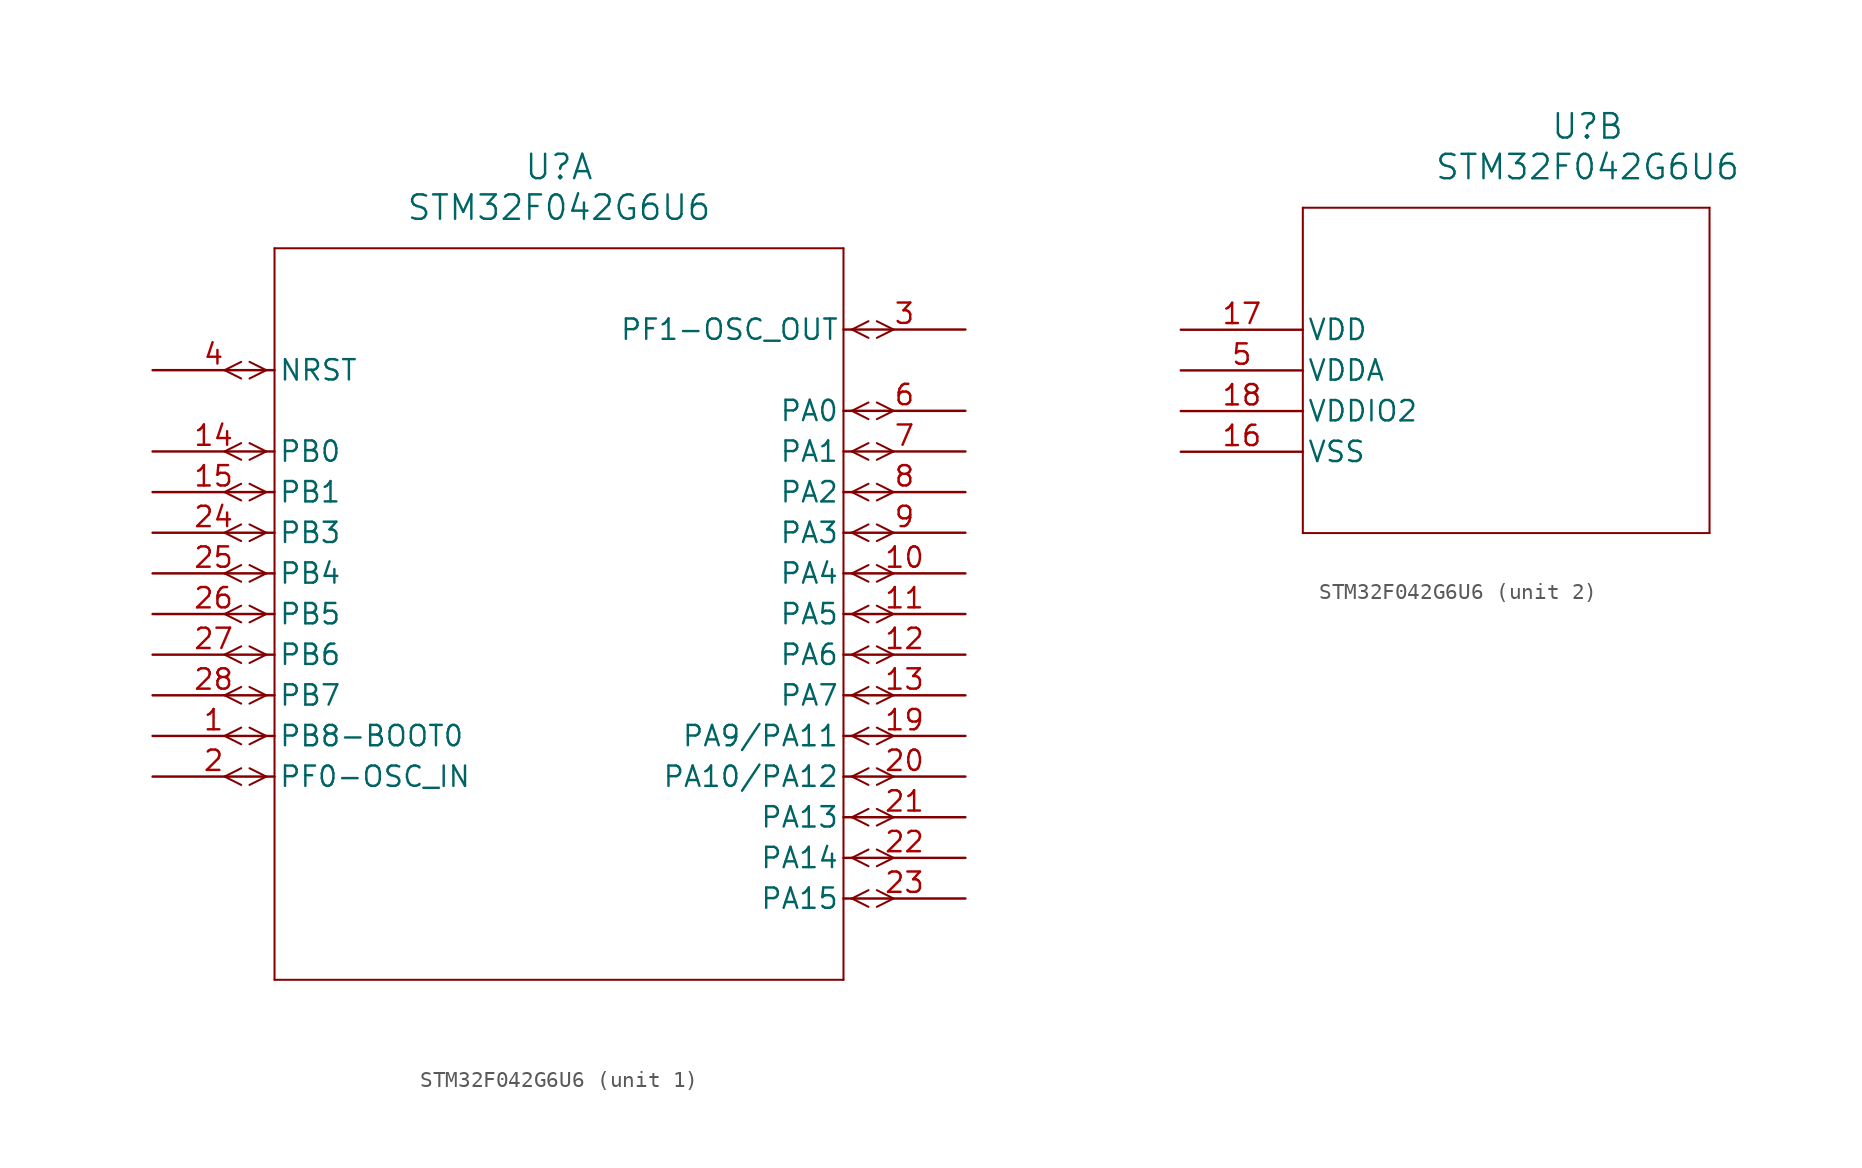
<source format=kicad_sym>
(kicad_symbol_lib
  (version 20211014)
  (generator kicad_symbol_editor)
  (symbol "STM32F042G6U6"
    (pin_names
      (offset 0.254))
    (property "Reference" "U"
      (at 25.4 12.7 0)
      (effects (font (size 1.524 1.524))))
    (property "Value" "STM32F042G6U6"
      (at 25.4 10.16 0)
      (effects (font (size 1.524 1.524))))
    (symbol "STM32F042G6U6_1_1"
      (polyline (pts (xy 7.099 0) (xy 6.058 0.521)) (stroke (width 0.127) (type default) (color 0 0 0 0)) (fill (type none)))
      (polyline (pts (xy 7.099 0) (xy 6.058 -0.521)) (stroke (width 0.127) (type default) (color 0 0 0 0)) (fill (type none)))
      (polyline (pts (xy 5.537 0.521) (xy 4.496 0)) (stroke (width 0.127) (type default) (color 0 0 0 0)) (fill (type none)))
      (polyline (pts (xy 5.537 -0.521) (xy 4.496 0)) (stroke (width 0.127) (type default) (color 0 0 0 0)) (fill (type none)))
      (polyline (pts (xy 7.099 -5.08) (xy 6.058 -4.559)) (stroke (width 0.127) (type default) (color 0 0 0 0)) (fill (type none)))
      (polyline (pts (xy 7.099 -5.08) (xy 6.058 -5.601)) (stroke (width 0.127) (type default) (color 0 0 0 0)) (fill (type none)))
      (polyline (pts (xy 5.537 -4.559) (xy 4.496 -5.08)) (stroke (width 0.127) (type default) (color 0 0 0 0)) (fill (type none)))
      (polyline (pts (xy 5.537 -5.601) (xy 4.496 -5.08)) (stroke (width 0.127) (type default) (color 0 0 0 0)) (fill (type none)))
      (polyline (pts (xy 7.099 -7.62) (xy 6.058 -7.099)) (stroke (width 0.127) (type default) (color 0 0 0 0)) (fill (type none)))
      (polyline (pts (xy 7.099 -7.62) (xy 6.058 -8.141)) (stroke (width 0.127) (type default) (color 0 0 0 0)) (fill (type none)))
      (polyline (pts (xy 5.537 -7.099) (xy 4.496 -7.62)) (stroke (width 0.127) (type default) (color 0 0 0 0)) (fill (type none)))
      (polyline (pts (xy 5.537 -8.141) (xy 4.496 -7.62)) (stroke (width 0.127) (type default) (color 0 0 0 0)) (fill (type none)))
      (polyline (pts (xy 7.099 -10.16) (xy 6.058 -9.639)) (stroke (width 0.127) (type default) (color 0 0 0 0)) (fill (type none)))
      (polyline (pts (xy 7.099 -10.16) (xy 6.058 -10.681)) (stroke (width 0.127) (type default) (color 0 0 0 0)) (fill (type none)))
      (polyline (pts (xy 5.537 -9.639) (xy 4.496 -10.16)) (stroke (width 0.127) (type default) (color 0 0 0 0)) (fill (type none)))
      (polyline (pts (xy 5.537 -10.681) (xy 4.496 -10.16)) (stroke (width 0.127) (type default) (color 0 0 0 0)) (fill (type none)))
      (polyline (pts (xy 7.099 -12.7) (xy 6.058 -12.179)) (stroke (width 0.127) (type default) (color 0 0 0 0)) (fill (type none)))
      (polyline (pts (xy 7.099 -12.7) (xy 6.058 -13.221)) (stroke (width 0.127) (type default) (color 0 0 0 0)) (fill (type none)))
      (polyline (pts (xy 5.537 -12.179) (xy 4.496 -12.7)) (stroke (width 0.127) (type default) (color 0 0 0 0)) (fill (type none)))
      (polyline (pts (xy 5.537 -13.221) (xy 4.496 -12.7)) (stroke (width 0.127) (type default) (color 0 0 0 0)) (fill (type none)))
      (polyline (pts (xy 7.099 -15.24) (xy 6.058 -14.719)) (stroke (width 0.127) (type default) (color 0 0 0 0)) (fill (type none)))
      (polyline (pts (xy 7.099 -15.24) (xy 6.058 -15.761)) (stroke (width 0.127) (type default) (color 0 0 0 0)) (fill (type none)))
      (polyline (pts (xy 5.537 -14.719) (xy 4.496 -15.24)) (stroke (width 0.127) (type default) (color 0 0 0 0)) (fill (type none)))
      (polyline (pts (xy 5.537 -15.761) (xy 4.496 -15.24)) (stroke (width 0.127) (type default) (color 0 0 0 0)) (fill (type none)))
      (polyline (pts (xy 7.099 -17.78) (xy 6.058 -17.259)) (stroke (width 0.127) (type default) (color 0 0 0 0)) (fill (type none)))
      (polyline (pts (xy 7.099 -17.78) (xy 6.058 -18.301)) (stroke (width 0.127) (type default) (color 0 0 0 0)) (fill (type none)))
      (polyline (pts (xy 5.537 -17.259) (xy 4.496 -17.78)) (stroke (width 0.127) (type default) (color 0 0 0 0)) (fill (type none)))
      (polyline (pts (xy 5.537 -18.301) (xy 4.496 -17.78)) (stroke (width 0.127) (type default) (color 0 0 0 0)) (fill (type none)))
      (polyline (pts (xy 7.099 -20.32) (xy 6.058 -19.799)) (stroke (width 0.127) (type default) (color 0 0 0 0)) (fill (type none)))
      (polyline (pts (xy 7.099 -20.32) (xy 6.058 -20.841)) (stroke (width 0.127) (type default) (color 0 0 0 0)) (fill (type none)))
      (polyline (pts (xy 5.537 -19.799) (xy 4.496 -20.32)) (stroke (width 0.127) (type default) (color 0 0 0 0)) (fill (type none)))
      (polyline (pts (xy 5.537 -20.841) (xy 4.496 -20.32)) (stroke (width 0.127) (type default) (color 0 0 0 0)) (fill (type none)))
      (polyline (pts (xy 7.099 -22.86) (xy 6.058 -22.339)) (stroke (width 0.127) (type default) (color 0 0 0 0)) (fill (type none)))
      (polyline (pts (xy 7.099 -22.86) (xy 6.058 -23.381)) (stroke (width 0.127) (type default) (color 0 0 0 0)) (fill (type none)))
      (polyline (pts (xy 5.537 -22.339) (xy 4.496 -22.86)) (stroke (width 0.127) (type default) (color 0 0 0 0)) (fill (type none)))
      (polyline (pts (xy 5.537 -23.381) (xy 4.496 -22.86)) (stroke (width 0.127) (type default) (color 0 0 0 0)) (fill (type none)))
      (polyline (pts (xy 7.099 -25.4) (xy 6.058 -24.879)) (stroke (width 0.127) (type default) (color 0 0 0 0)) (fill (type none)))
      (polyline (pts (xy 7.099 -25.4) (xy 6.058 -25.921)) (stroke (width 0.127) (type default) (color 0 0 0 0)) (fill (type none)))
      (polyline (pts (xy 5.537 -24.879) (xy 4.496 -25.4)) (stroke (width 0.127) (type default) (color 0 0 0 0)) (fill (type none)))
      (polyline (pts (xy 5.537 -25.921) (xy 4.496 -25.4)) (stroke (width 0.127) (type default) (color 0 0 0 0)) (fill (type none)))
      (polyline (pts (xy 43.701 2.54) (xy 44.742 3.061)) (stroke (width 0.127) (type default) (color 0 0 0 0)) (fill (type none)))
      (polyline (pts (xy 43.701 2.54) (xy 44.742 2.019)) (stroke (width 0.127) (type default) (color 0 0 0 0)) (fill (type none)))
      (polyline (pts (xy 45.263 3.061) (xy 46.304 2.54)) (stroke (width 0.127) (type default) (color 0 0 0 0)) (fill (type none)))
      (polyline (pts (xy 45.263 2.019) (xy 46.304 2.54)) (stroke (width 0.127) (type default) (color 0 0 0 0)) (fill (type none)))
      (polyline (pts (xy 43.701 -2.54) (xy 44.742 -2.019)) (stroke (width 0.127) (type default) (color 0 0 0 0)) (fill (type none)))
      (polyline (pts (xy 43.701 -2.54) (xy 44.742 -3.061)) (stroke (width 0.127) (type default) (color 0 0 0 0)) (fill (type none)))
      (polyline (pts (xy 45.263 -2.019) (xy 46.304 -2.54)) (stroke (width 0.127) (type default) (color 0 0 0 0)) (fill (type none)))
      (polyline (pts (xy 45.263 -3.061) (xy 46.304 -2.54)) (stroke (width 0.127) (type default) (color 0 0 0 0)) (fill (type none)))
      (polyline (pts (xy 43.701 -5.08) (xy 44.742 -4.559)) (stroke (width 0.127) (type default) (color 0 0 0 0)) (fill (type none)))
      (polyline (pts (xy 43.701 -5.08) (xy 44.742 -5.601)) (stroke (width 0.127) (type default) (color 0 0 0 0)) (fill (type none)))
      (polyline (pts (xy 45.263 -4.559) (xy 46.304 -5.08)) (stroke (width 0.127) (type default) (color 0 0 0 0)) (fill (type none)))
      (polyline (pts (xy 45.263 -5.601) (xy 46.304 -5.08)) (stroke (width 0.127) (type default) (color 0 0 0 0)) (fill (type none)))
      (polyline (pts (xy 43.701 -7.62) (xy 44.742 -7.099)) (stroke (width 0.127) (type default) (color 0 0 0 0)) (fill (type none)))
      (polyline (pts (xy 43.701 -7.62) (xy 44.742 -8.141)) (stroke (width 0.127) (type default) (color 0 0 0 0)) (fill (type none)))
      (polyline (pts (xy 45.263 -7.099) (xy 46.304 -7.62)) (stroke (width 0.127) (type default) (color 0 0 0 0)) (fill (type none)))
      (polyline (pts (xy 45.263 -8.141) (xy 46.304 -7.62)) (stroke (width 0.127) (type default) (color 0 0 0 0)) (fill (type none)))
      (polyline (pts (xy 43.701 -10.16) (xy 44.742 -9.639)) (stroke (width 0.127) (type default) (color 0 0 0 0)) (fill (type none)))
      (polyline (pts (xy 43.701 -10.16) (xy 44.742 -10.681)) (stroke (width 0.127) (type default) (color 0 0 0 0)) (fill (type none)))
      (polyline (pts (xy 45.263 -9.639) (xy 46.304 -10.16)) (stroke (width 0.127) (type default) (color 0 0 0 0)) (fill (type none)))
      (polyline (pts (xy 45.263 -10.681) (xy 46.304 -10.16)) (stroke (width 0.127) (type default) (color 0 0 0 0)) (fill (type none)))
      (polyline (pts (xy 43.701 -12.7) (xy 44.742 -12.179)) (stroke (width 0.127) (type default) (color 0 0 0 0)) (fill (type none)))
      (polyline (pts (xy 43.701 -12.7) (xy 44.742 -13.221)) (stroke (width 0.127) (type default) (color 0 0 0 0)) (fill (type none)))
      (polyline (pts (xy 45.263 -12.179) (xy 46.304 -12.7)) (stroke (width 0.127) (type default) (color 0 0 0 0)) (fill (type none)))
      (polyline (pts (xy 45.263 -13.221) (xy 46.304 -12.7)) (stroke (width 0.127) (type default) (color 0 0 0 0)) (fill (type none)))
      (polyline (pts (xy 43.701 -15.24) (xy 44.742 -14.719)) (stroke (width 0.127) (type default) (color 0 0 0 0)) (fill (type none)))
      (polyline (pts (xy 43.701 -15.24) (xy 44.742 -15.761)) (stroke (width 0.127) (type default) (color 0 0 0 0)) (fill (type none)))
      (polyline (pts (xy 45.263 -14.719) (xy 46.304 -15.24)) (stroke (width 0.127) (type default) (color 0 0 0 0)) (fill (type none)))
      (polyline (pts (xy 45.263 -15.761) (xy 46.304 -15.24)) (stroke (width 0.127) (type default) (color 0 0 0 0)) (fill (type none)))
      (polyline (pts (xy 43.701 -17.78) (xy 44.742 -17.259)) (stroke (width 0.127) (type default) (color 0 0 0 0)) (fill (type none)))
      (polyline (pts (xy 43.701 -17.78) (xy 44.742 -18.301)) (stroke (width 0.127) (type default) (color 0 0 0 0)) (fill (type none)))
      (polyline (pts (xy 45.263 -17.259) (xy 46.304 -17.78)) (stroke (width 0.127) (type default) (color 0 0 0 0)) (fill (type none)))
      (polyline (pts (xy 45.263 -18.301) (xy 46.304 -17.78)) (stroke (width 0.127) (type default) (color 0 0 0 0)) (fill (type none)))
      (polyline (pts (xy 43.701 -20.32) (xy 44.742 -19.799)) (stroke (width 0.127) (type default) (color 0 0 0 0)) (fill (type none)))
      (polyline (pts (xy 43.701 -20.32) (xy 44.742 -20.841)) (stroke (width 0.127) (type default) (color 0 0 0 0)) (fill (type none)))
      (polyline (pts (xy 45.263 -19.799) (xy 46.304 -20.32)) (stroke (width 0.127) (type default) (color 0 0 0 0)) (fill (type none)))
      (polyline (pts (xy 45.263 -20.841) (xy 46.304 -20.32)) (stroke (width 0.127) (type default) (color 0 0 0 0)) (fill (type none)))
      (polyline (pts (xy 43.701 -22.86) (xy 44.742 -22.339)) (stroke (width 0.127) (type default) (color 0 0 0 0)) (fill (type none)))
      (polyline (pts (xy 43.701 -22.86) (xy 44.742 -23.381)) (stroke (width 0.127) (type default) (color 0 0 0 0)) (fill (type none)))
      (polyline (pts (xy 45.263 -22.339) (xy 46.304 -22.86)) (stroke (width 0.127) (type default) (color 0 0 0 0)) (fill (type none)))
      (polyline (pts (xy 45.263 -23.381) (xy 46.304 -22.86)) (stroke (width 0.127) (type default) (color 0 0 0 0)) (fill (type none)))
      (polyline (pts (xy 43.701 -25.4) (xy 44.742 -24.879)) (stroke (width 0.127) (type default) (color 0 0 0 0)) (fill (type none)))
      (polyline (pts (xy 43.701 -25.4) (xy 44.742 -25.921)) (stroke (width 0.127) (type default) (color 0 0 0 0)) (fill (type none)))
      (polyline (pts (xy 45.263 -24.879) (xy 46.304 -25.4)) (stroke (width 0.127) (type default) (color 0 0 0 0)) (fill (type none)))
      (polyline (pts (xy 45.263 -25.921) (xy 46.304 -25.4)) (stroke (width 0.127) (type default) (color 0 0 0 0)) (fill (type none)))
      (polyline (pts (xy 43.701 -27.94) (xy 44.742 -27.419)) (stroke (width 0.127) (type default) (color 0 0 0 0)) (fill (type none)))
      (polyline (pts (xy 43.701 -27.94) (xy 44.742 -28.461)) (stroke (width 0.127) (type default) (color 0 0 0 0)) (fill (type none)))
      (polyline (pts (xy 45.263 -27.419) (xy 46.304 -27.94)) (stroke (width 0.127) (type default) (color 0 0 0 0)) (fill (type none)))
      (polyline (pts (xy 45.263 -28.461) (xy 46.304 -27.94)) (stroke (width 0.127) (type default) (color 0 0 0 0)) (fill (type none)))
      (polyline (pts (xy 43.701 -30.48) (xy 44.742 -29.959)) (stroke (width 0.127) (type default) (color 0 0 0 0)) (fill (type none)))
      (polyline (pts (xy 43.701 -30.48) (xy 44.742 -31.001)) (stroke (width 0.127) (type default) (color 0 0 0 0)) (fill (type none)))
      (polyline (pts (xy 45.263 -29.959) (xy 46.304 -30.48)) (stroke (width 0.127) (type default) (color 0 0 0 0)) (fill (type none)))
      (polyline (pts (xy 45.263 -31.001) (xy 46.304 -30.48)) (stroke (width 0.127) (type default) (color 0 0 0 0)) (fill (type none)))
      (polyline (pts (xy 43.701 -33.02) (xy 44.742 -32.499)) (stroke (width 0.127) (type default) (color 0 0 0 0)) (fill (type none)))
      (polyline (pts (xy 43.701 -33.02) (xy 44.742 -33.541)) (stroke (width 0.127) (type default) (color 0 0 0 0)) (fill (type none)))
      (polyline (pts (xy 45.263 -32.499) (xy 46.304 -33.02)) (stroke (width 0.127) (type default) (color 0 0 0 0)) (fill (type none)))
      (polyline (pts (xy 45.263 -33.541) (xy 46.304 -33.02)) (stroke (width 0.127) (type default) (color 0 0 0 0)) (fill (type none)))
      (polyline (pts (xy 7.62 7.62) (xy 7.62 -38.1)) (stroke (width 0.127) (type default) (color 0 0 0 0)) (fill (type none)))
      (polyline (pts (xy 7.62 -38.1) (xy 43.18 -38.1)) (stroke (width 0.127) (type default) (color 0 0 0 0)) (fill (type none)))
      (polyline (pts (xy 43.18 -38.1) (xy 43.18 7.62)) (stroke (width 0.127) (type default) (color 0 0 0 0)) (fill (type none)))
      (polyline (pts (xy 43.18 7.62) (xy 7.62 7.62)) (stroke (width 0.127) (type default) (color 0 0 0 0)) (fill (type none)))
      (pin bidirectional line (at 0 -22.86 0) (length 7.62) (name "PB8-BOOT0" (effects (font (size 1.27 1.27)))) (number "1" (effects (font (size 1.27 1.27)))))
      (pin bidirectional line (at 0 -25.4 0) (length 7.62) (name "PF0-OSC_IN" (effects (font (size 1.27 1.27)))) (number "2" (effects (font (size 1.27 1.27)))))
      (pin bidirectional line (at 50.8 2.54 180) (length 7.62) (name "PF1-OSC_OUT" (effects (font (size 1.27 1.27)))) (number "3" (effects (font (size 1.27 1.27)))))
      (pin bidirectional line (at 0 0 0) (length 7.62) (name "NRST" (effects (font (size 1.27 1.27)))) (number "4" (effects (font (size 1.27 1.27)))))
      (pin bidirectional line (at 50.8 -2.54 180) (length 7.62) (name "PA0" (effects (font (size 1.27 1.27)))) (number "6" (effects (font (size 1.27 1.27)))))
      (pin bidirectional line (at 50.8 -5.08 180) (length 7.62) (name "PA1" (effects (font (size 1.27 1.27)))) (number "7" (effects (font (size 1.27 1.27)))))
      (pin bidirectional line (at 50.8 -7.62 180) (length 7.62) (name "PA2" (effects (font (size 1.27 1.27)))) (number "8" (effects (font (size 1.27 1.27)))))
      (pin bidirectional line (at 50.8 -10.16 180) (length 7.62) (name "PA3" (effects (font (size 1.27 1.27)))) (number "9" (effects (font (size 1.27 1.27)))))
      (pin bidirectional line (at 50.8 -12.7 180) (length 7.62) (name "PA4" (effects (font (size 1.27 1.27)))) (number "10" (effects (font (size 1.27 1.27)))))
      (pin bidirectional line (at 50.8 -15.24 180) (length 7.62) (name "PA5" (effects (font (size 1.27 1.27)))) (number "11" (effects (font (size 1.27 1.27)))))
      (pin bidirectional line (at 50.8 -17.78 180) (length 7.62) (name "PA6" (effects (font (size 1.27 1.27)))) (number "12" (effects (font (size 1.27 1.27)))))
      (pin bidirectional line (at 50.8 -20.32 180) (length 7.62) (name "PA7" (effects (font (size 1.27 1.27)))) (number "13" (effects (font (size 1.27 1.27)))))
      (pin bidirectional line (at 0 -5.08 0) (length 7.62) (name "PB0" (effects (font (size 1.27 1.27)))) (number "14" (effects (font (size 1.27 1.27)))))
      (pin bidirectional line (at 0 -7.62 0) (length 7.62) (name "PB1" (effects (font (size 1.27 1.27)))) (number "15" (effects (font (size 1.27 1.27)))))
      (pin bidirectional line (at 50.8 -22.86 180) (length 7.62) (name "PA9/PA11" (effects (font (size 1.27 1.27)))) (number "19" (effects (font (size 1.27 1.27)))))
      (pin bidirectional line (at 50.8 -25.4 180) (length 7.62) (name "PA10/PA12" (effects (font (size 1.27 1.27)))) (number "20" (effects (font (size 1.27 1.27)))))
      (pin bidirectional line (at 50.8 -27.94 180) (length 7.62) (name "PA13" (effects (font (size 1.27 1.27)))) (number "21" (effects (font (size 1.27 1.27)))))
      (pin bidirectional line (at 50.8 -30.48 180) (length 7.62) (name "PA14" (effects (font (size 1.27 1.27)))) (number "22" (effects (font (size 1.27 1.27)))))
      (pin bidirectional line (at 50.8 -33.02 180) (length 7.62) (name "PA15" (effects (font (size 1.27 1.27)))) (number "23" (effects (font (size 1.27 1.27)))))
      (pin bidirectional line (at 0 -10.16 0) (length 7.62) (name "PB3" (effects (font (size 1.27 1.27)))) (number "24" (effects (font (size 1.27 1.27)))))
      (pin bidirectional line (at 0 -12.7 0) (length 7.62) (name "PB4" (effects (font (size 1.27 1.27)))) (number "25" (effects (font (size 1.27 1.27)))))
      (pin bidirectional line (at 0 -15.24 0) (length 7.62) (name "PB5" (effects (font (size 1.27 1.27)))) (number "26" (effects (font (size 1.27 1.27)))))
      (pin bidirectional line (at 0 -17.78 0) (length 7.62) (name "PB6" (effects (font (size 1.27 1.27)))) (number "27" (effects (font (size 1.27 1.27)))))
      (pin bidirectional line (at 0 -20.32 0) (length 7.62) (name "PB7" (effects (font (size 1.27 1.27)))) (number "28" (effects (font (size 1.27 1.27))))))
    (symbol "STM32F042G6U6_2_1"
      (polyline (pts (xy 7.62 7.62) (xy 7.62 -12.7)) (stroke (width 0.127) (type default) (color 0 0 0 0)) (fill (type none)))
      (polyline (pts (xy 7.62 -12.7) (xy 33.02 -12.7)) (stroke (width 0.127) (type default) (color 0 0 0 0)) (fill (type none)))
      (polyline (pts (xy 33.02 -12.7) (xy 33.02 7.62)) (stroke (width 0.127) (type default) (color 0 0 0 0)) (fill (type none)))
      (polyline (pts (xy 33.02 7.62) (xy 7.62 7.62)) (stroke (width 0.127) (type default) (color 0 0 0 0)) (fill (type none)))
      (pin power_in line (at 0 -2.54 0) (length 7.62) (name "VDDA" (effects (font (size 1.27 1.27)))) (number "5" (effects (font (size 1.27 1.27)))))
      (pin power_in line (at 0 -7.62 0) (length 7.62) (name "VSS" (effects (font (size 1.27 1.27)))) (number "16" (effects (font (size 1.27 1.27)))))
      (pin power_in line (at 0 0 0) (length 7.62) (name "VDD" (effects (font (size 1.27 1.27)))) (number "17" (effects (font (size 1.27 1.27)))))
      (pin power_in line (at 0 -5.08 0) (length 7.62) (name "VDDIO2" (effects (font (size 1.27 1.27)))) (number "18" (effects (font (size 1.27 1.27))))))))
</source>
